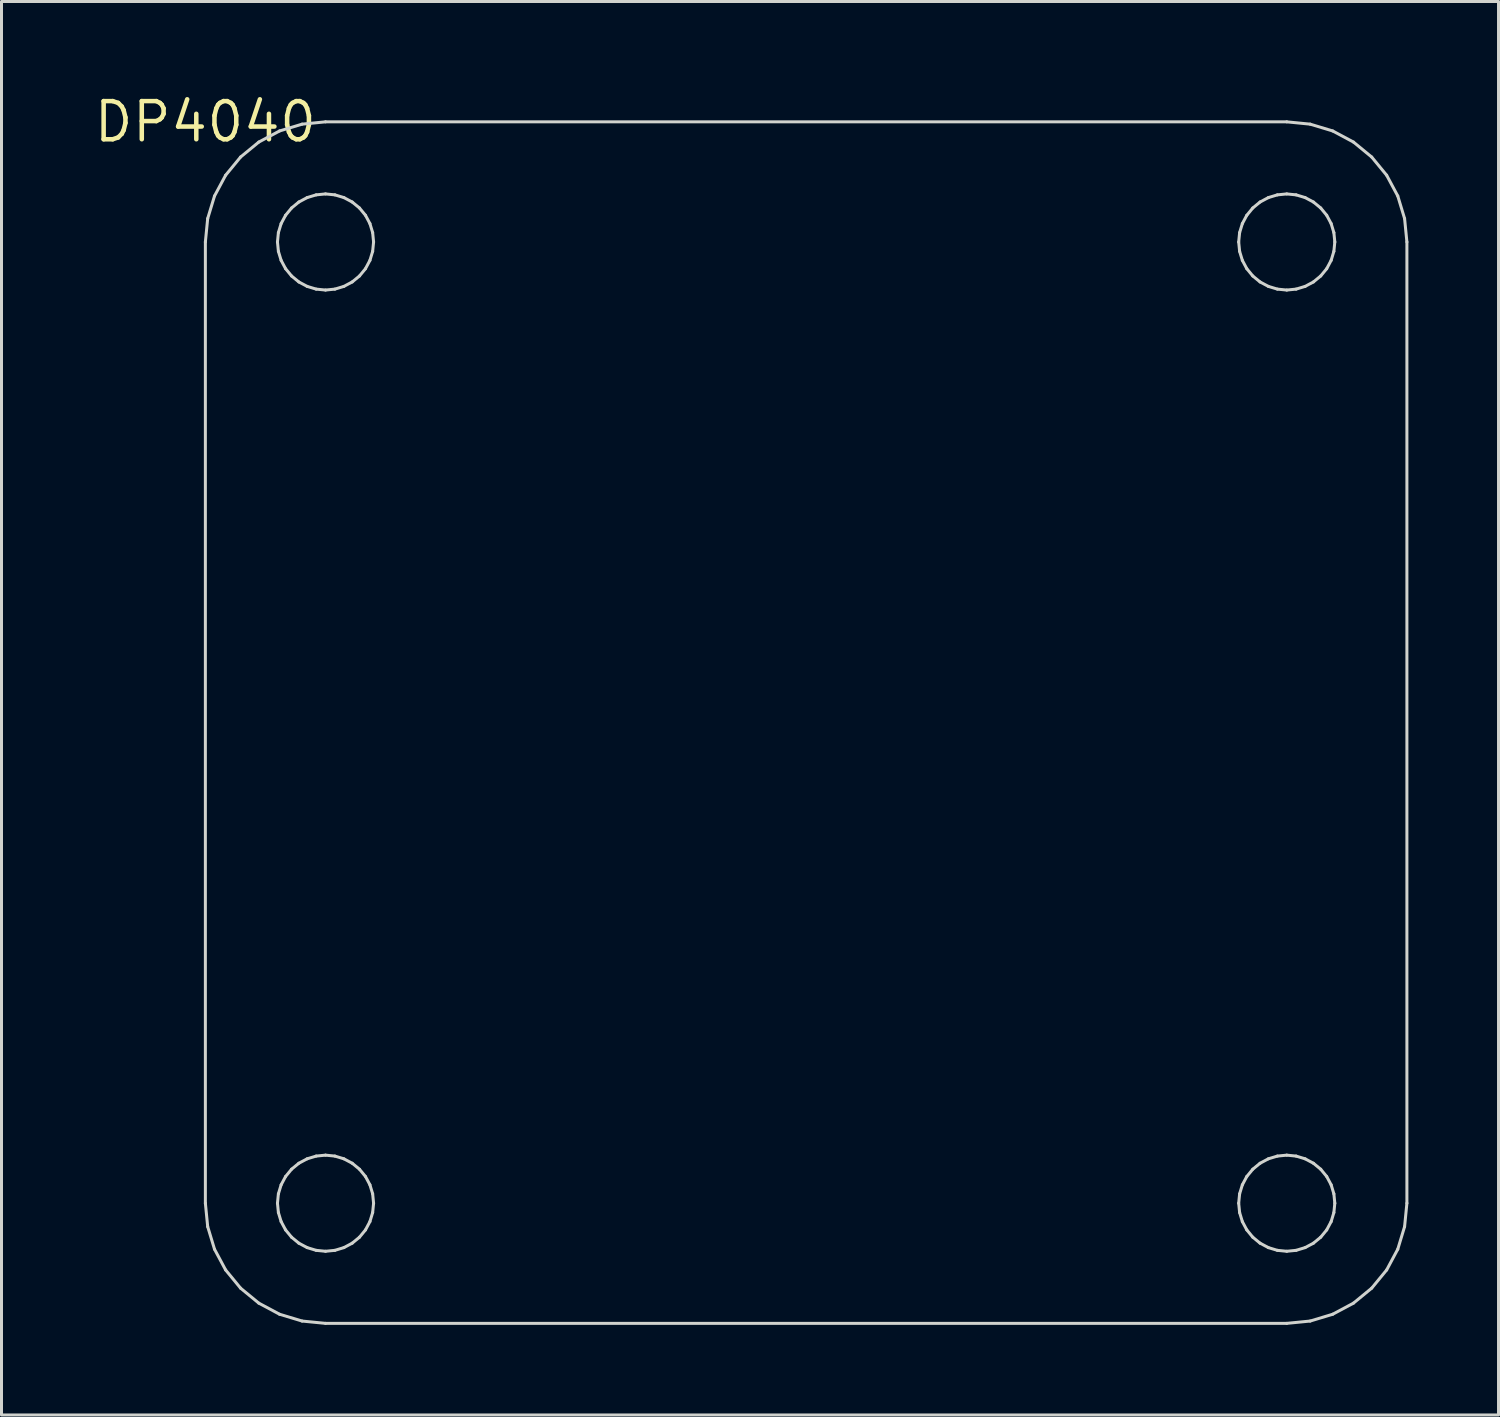
<source format=kicad_pcb>
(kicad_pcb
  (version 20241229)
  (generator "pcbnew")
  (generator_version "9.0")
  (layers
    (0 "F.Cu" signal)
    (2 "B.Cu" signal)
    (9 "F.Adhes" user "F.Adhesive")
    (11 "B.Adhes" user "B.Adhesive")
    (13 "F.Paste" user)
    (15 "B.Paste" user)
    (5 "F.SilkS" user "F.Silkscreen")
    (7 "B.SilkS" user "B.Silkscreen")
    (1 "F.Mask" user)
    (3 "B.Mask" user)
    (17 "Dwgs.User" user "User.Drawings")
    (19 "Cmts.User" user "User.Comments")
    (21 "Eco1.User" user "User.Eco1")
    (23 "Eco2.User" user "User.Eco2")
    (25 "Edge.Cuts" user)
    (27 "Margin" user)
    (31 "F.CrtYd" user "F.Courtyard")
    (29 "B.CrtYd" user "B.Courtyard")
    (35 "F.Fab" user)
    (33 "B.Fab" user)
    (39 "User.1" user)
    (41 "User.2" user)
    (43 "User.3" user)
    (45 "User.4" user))
  (footprint "DP4040"
    (layer "F.Cu")
    (at 3.787 1.006)
    (property "Reference" "DP4040" (at 0 0 0) (layer "F.SilkS") (effects (font (size 1.27 1.27) (thickness 0.15))))
    (attr through_hole)
    (fp_line (start 0 4) (end 0.077 3.22) (stroke (width 0.1) (type solid)) (layer "Edge.Cuts"))
    (fp_line (start 0 36) (end 0 4) (stroke (width 0.1) (type solid)) (layer "Edge.Cuts"))
    (fp_line (start 0.077 3.22) (end 0.304 2.469) (stroke (width 0.1) (type solid)) (layer "Edge.Cuts"))
    (fp_line (start 0.077 36.78) (end 0 36) (stroke (width 0.1) (type solid)) (layer "Edge.Cuts"))
    (fp_line (start 0.304 2.469) (end 0.674 1.778) (stroke (width 0.1) (type solid)) (layer "Edge.Cuts"))
    (fp_line (start 0.304 37.531) (end 0.077 36.78) (stroke (width 0.1) (type solid)) (layer "Edge.Cuts"))
    (fp_line (start 0.674 1.778) (end 1.172 1.172) (stroke (width 0.1) (type solid)) (layer "Edge.Cuts"))
    (fp_line (start 0.674 38.222) (end 0.304 37.531) (stroke (width 0.1) (type solid)) (layer "Edge.Cuts"))
    (fp_line (start 1.172 1.172) (end 1.778 0.674) (stroke (width 0.1) (type solid)) (layer "Edge.Cuts"))
    (fp_line (start 1.172 38.828) (end 0.674 38.222) (stroke (width 0.1) (type solid)) (layer "Edge.Cuts"))
    (fp_line (start 1.778 0.674) (end 2.469 0.304) (stroke (width 0.1) (type solid)) (layer "Edge.Cuts"))
    (fp_line (start 1.778 39.326) (end 1.172 38.828) (stroke (width 0.1) (type solid)) (layer "Edge.Cuts"))
    (fp_line (start 2.4 4) (end 2.431 4.312) (stroke (width 0.1) (type solid)) (layer "Edge.Cuts"))
    (fp_line (start 2.4 36) (end 2.431 36.312) (stroke (width 0.1) (type solid)) (layer "Edge.Cuts"))
    (fp_line (start 2.431 3.688) (end 2.4 4) (stroke (width 0.1) (type solid)) (layer "Edge.Cuts"))
    (fp_line (start 2.431 4.312) (end 2.522 4.612) (stroke (width 0.1) (type solid)) (layer "Edge.Cuts"))
    (fp_line (start 2.431 35.688) (end 2.4 36) (stroke (width 0.1) (type solid)) (layer "Edge.Cuts"))
    (fp_line (start 2.431 36.312) (end 2.522 36.612) (stroke (width 0.1) (type solid)) (layer "Edge.Cuts"))
    (fp_line (start 2.469 0.304) (end 3.22 0.077) (stroke (width 0.1) (type solid)) (layer "Edge.Cuts"))
    (fp_line (start 2.469 39.696) (end 1.778 39.326) (stroke (width 0.1) (type solid)) (layer "Edge.Cuts"))
    (fp_line (start 2.522 3.388) (end 2.431 3.688) (stroke (width 0.1) (type solid)) (layer "Edge.Cuts"))
    (fp_line (start 2.522 4.612) (end 2.67 4.889) (stroke (width 0.1) (type solid)) (layer "Edge.Cuts"))
    (fp_line (start 2.522 35.388) (end 2.431 35.688) (stroke (width 0.1) (type solid)) (layer "Edge.Cuts"))
    (fp_line (start 2.522 36.612) (end 2.67 36.889) (stroke (width 0.1) (type solid)) (layer "Edge.Cuts"))
    (fp_line (start 2.67 3.111) (end 2.522 3.388) (stroke (width 0.1) (type solid)) (layer "Edge.Cuts"))
    (fp_line (start 2.67 4.889) (end 2.869 5.131) (stroke (width 0.1) (type solid)) (layer "Edge.Cuts"))
    (fp_line (start 2.67 35.111) (end 2.522 35.388) (stroke (width 0.1) (type solid)) (layer "Edge.Cuts"))
    (fp_line (start 2.67 36.889) (end 2.869 37.131) (stroke (width 0.1) (type solid)) (layer "Edge.Cuts"))
    (fp_line (start 2.869 2.869) (end 2.67 3.111) (stroke (width 0.1) (type solid)) (layer "Edge.Cuts"))
    (fp_line (start 2.869 5.131) (end 3.111 5.33) (stroke (width 0.1) (type solid)) (layer "Edge.Cuts"))
    (fp_line (start 2.869 34.869) (end 2.67 35.111) (stroke (width 0.1) (type solid)) (layer "Edge.Cuts"))
    (fp_line (start 2.869 37.131) (end 3.111 37.33) (stroke (width 0.1) (type solid)) (layer "Edge.Cuts"))
    (fp_line (start 3.111 2.67) (end 2.869 2.869) (stroke (width 0.1) (type solid)) (layer "Edge.Cuts"))
    (fp_line (start 3.111 5.33) (end 3.388 5.478) (stroke (width 0.1) (type solid)) (layer "Edge.Cuts"))
    (fp_line (start 3.111 34.67) (end 2.869 34.869) (stroke (width 0.1) (type solid)) (layer "Edge.Cuts"))
    (fp_line (start 3.111 37.33) (end 3.388 37.478) (stroke (width 0.1) (type solid)) (layer "Edge.Cuts"))
    (fp_line (start 3.22 0.077) (end 4 0) (stroke (width 0.1) (type solid)) (layer "Edge.Cuts"))
    (fp_line (start 3.22 39.923) (end 2.469 39.696) (stroke (width 0.1) (type solid)) (layer "Edge.Cuts"))
    (fp_line (start 3.388 2.522) (end 3.111 2.67) (stroke (width 0.1) (type solid)) (layer "Edge.Cuts"))
    (fp_line (start 3.388 5.478) (end 3.688 5.569) (stroke (width 0.1) (type solid)) (layer "Edge.Cuts"))
    (fp_line (start 3.388 34.522) (end 3.111 34.67) (stroke (width 0.1) (type solid)) (layer "Edge.Cuts"))
    (fp_line (start 3.388 37.478) (end 3.688 37.569) (stroke (width 0.1) (type solid)) (layer "Edge.Cuts"))
    (fp_line (start 3.688 2.431) (end 3.388 2.522) (stroke (width 0.1) (type solid)) (layer "Edge.Cuts"))
    (fp_line (start 3.688 5.569) (end 4 5.6) (stroke (width 0.1) (type solid)) (layer "Edge.Cuts"))
    (fp_line (start 3.688 34.431) (end 3.388 34.522) (stroke (width 0.1) (type solid)) (layer "Edge.Cuts"))
    (fp_line (start 3.688 37.569) (end 4 37.6) (stroke (width 0.1) (type solid)) (layer "Edge.Cuts"))
    (fp_line (start 4 0) (end 36 0) (stroke (width 0.1) (type solid)) (layer "Edge.Cuts"))
    (fp_line (start 4 2.4) (end 3.688 2.431) (stroke (width 0.1) (type solid)) (layer "Edge.Cuts"))
    (fp_line (start 4 34.4) (end 3.688 34.431) (stroke (width 0.1) (type solid)) (layer "Edge.Cuts"))
    (fp_line (start 4 5.6) (end 4.312 5.569) (stroke (width 0.1) (type solid)) (layer "Edge.Cuts"))
    (fp_line (start 4 37.6) (end 4.312 37.569) (stroke (width 0.1) (type solid)) (layer "Edge.Cuts"))
    (fp_line (start 4 40) (end 3.22 39.923) (stroke (width 0.1) (type solid)) (layer "Edge.Cuts"))
    (fp_line (start 4.312 2.431) (end 4 2.4) (stroke (width 0.1) (type solid)) (layer "Edge.Cuts"))
    (fp_line (start 4.312 5.569) (end 4.612 5.478) (stroke (width 0.1) (type solid)) (layer "Edge.Cuts"))
    (fp_line (start 4.312 34.431) (end 4 34.4) (stroke (width 0.1) (type solid)) (layer "Edge.Cuts"))
    (fp_line (start 4.312 37.569) (end 4.612 37.478) (stroke (width 0.1) (type solid)) (layer "Edge.Cuts"))
    (fp_line (start 4.612 2.522) (end 4.312 2.431) (stroke (width 0.1) (type solid)) (layer "Edge.Cuts"))
    (fp_line (start 4.612 5.478) (end 4.889 5.33) (stroke (width 0.1) (type solid)) (layer "Edge.Cuts"))
    (fp_line (start 4.612 34.522) (end 4.312 34.431) (stroke (width 0.1) (type solid)) (layer "Edge.Cuts"))
    (fp_line (start 4.612 37.478) (end 4.889 37.33) (stroke (width 0.1) (type solid)) (layer "Edge.Cuts"))
    (fp_line (start 4.889 2.67) (end 4.612 2.522) (stroke (width 0.1) (type solid)) (layer "Edge.Cuts"))
    (fp_line (start 4.889 5.33) (end 5.131 5.131) (stroke (width 0.1) (type solid)) (layer "Edge.Cuts"))
    (fp_line (start 4.889 34.67) (end 4.612 34.522) (stroke (width 0.1) (type solid)) (layer "Edge.Cuts"))
    (fp_line (start 4.889 37.33) (end 5.131 37.131) (stroke (width 0.1) (type solid)) (layer "Edge.Cuts"))
    (fp_line (start 5.131 2.869) (end 4.889 2.67) (stroke (width 0.1) (type solid)) (layer "Edge.Cuts"))
    (fp_line (start 5.131 5.131) (end 5.33 4.889) (stroke (width 0.1) (type solid)) (layer "Edge.Cuts"))
    (fp_line (start 5.131 34.869) (end 4.889 34.67) (stroke (width 0.1) (type solid)) (layer "Edge.Cuts"))
    (fp_line (start 5.131 37.131) (end 5.33 36.889) (stroke (width 0.1) (type solid)) (layer "Edge.Cuts"))
    (fp_line (start 5.33 3.111) (end 5.131 2.869) (stroke (width 0.1) (type solid)) (layer "Edge.Cuts"))
    (fp_line (start 5.33 4.889) (end 5.478 4.612) (stroke (width 0.1) (type solid)) (layer "Edge.Cuts"))
    (fp_line (start 5.33 35.111) (end 5.131 34.869) (stroke (width 0.1) (type solid)) (layer "Edge.Cuts"))
    (fp_line (start 5.33 36.889) (end 5.478 36.612) (stroke (width 0.1) (type solid)) (layer "Edge.Cuts"))
    (fp_line (start 5.478 3.388) (end 5.33 3.111) (stroke (width 0.1) (type solid)) (layer "Edge.Cuts"))
    (fp_line (start 5.478 4.612) (end 5.569 4.312) (stroke (width 0.1) (type solid)) (layer "Edge.Cuts"))
    (fp_line (start 5.478 35.388) (end 5.33 35.111) (stroke (width 0.1) (type solid)) (layer "Edge.Cuts"))
    (fp_line (start 5.478 36.612) (end 5.569 36.312) (stroke (width 0.1) (type solid)) (layer "Edge.Cuts"))
    (fp_line (start 5.569 3.688) (end 5.478 3.388) (stroke (width 0.1) (type solid)) (layer "Edge.Cuts"))
    (fp_line (start 5.569 4.312) (end 5.6 4) (stroke (width 0.1) (type solid)) (layer "Edge.Cuts"))
    (fp_line (start 5.569 35.688) (end 5.478 35.388) (stroke (width 0.1) (type solid)) (layer "Edge.Cuts"))
    (fp_line (start 5.569 36.312) (end 5.6 36) (stroke (width 0.1) (type solid)) (layer "Edge.Cuts"))
    (fp_line (start 5.6 4) (end 5.569 3.688) (stroke (width 0.1) (type solid)) (layer "Edge.Cuts"))
    (fp_line (start 5.6 36) (end 5.569 35.688) (stroke (width 0.1) (type solid)) (layer "Edge.Cuts"))
    (fp_line (start 34.4 4) (end 34.431 4.312) (stroke (width 0.1) (type solid)) (layer "Edge.Cuts"))
    (fp_line (start 34.4 36) (end 34.431 36.312) (stroke (width 0.1) (type solid)) (layer "Edge.Cuts"))
    (fp_line (start 34.431 3.688) (end 34.4 4) (stroke (width 0.1) (type solid)) (layer "Edge.Cuts"))
    (fp_line (start 34.431 4.312) (end 34.522 4.612) (stroke (width 0.1) (type solid)) (layer "Edge.Cuts"))
    (fp_line (start 34.431 35.688) (end 34.4 36) (stroke (width 0.1) (type solid)) (layer "Edge.Cuts"))
    (fp_line (start 34.431 36.312) (end 34.522 36.612) (stroke (width 0.1) (type solid)) (layer "Edge.Cuts"))
    (fp_line (start 34.522 3.388) (end 34.431 3.688) (stroke (width 0.1) (type solid)) (layer "Edge.Cuts"))
    (fp_line (start 34.522 4.612) (end 34.67 4.889) (stroke (width 0.1) (type solid)) (layer "Edge.Cuts"))
    (fp_line (start 34.522 35.388) (end 34.431 35.688) (stroke (width 0.1) (type solid)) (layer "Edge.Cuts"))
    (fp_line (start 34.522 36.612) (end 34.67 36.889) (stroke (width 0.1) (type solid)) (layer "Edge.Cuts"))
    (fp_line (start 34.67 3.111) (end 34.522 3.388) (stroke (width 0.1) (type solid)) (layer "Edge.Cuts"))
    (fp_line (start 34.67 4.889) (end 34.869 5.131) (stroke (width 0.1) (type solid)) (layer "Edge.Cuts"))
    (fp_line (start 34.67 35.111) (end 34.522 35.388) (stroke (width 0.1) (type solid)) (layer "Edge.Cuts"))
    (fp_line (start 34.67 36.889) (end 34.869 37.131) (stroke (width 0.1) (type solid)) (layer "Edge.Cuts"))
    (fp_line (start 34.869 2.869) (end 34.67 3.111) (stroke (width 0.1) (type solid)) (layer "Edge.Cuts"))
    (fp_line (start 34.869 5.131) (end 35.111 5.33) (stroke (width 0.1) (type solid)) (layer "Edge.Cuts"))
    (fp_line (start 34.869 34.869) (end 34.67 35.111) (stroke (width 0.1) (type solid)) (layer "Edge.Cuts"))
    (fp_line (start 34.869 37.131) (end 35.111 37.33) (stroke (width 0.1) (type solid)) (layer "Edge.Cuts"))
    (fp_line (start 35.111 2.67) (end 34.869 2.869) (stroke (width 0.1) (type solid)) (layer "Edge.Cuts"))
    (fp_line (start 35.111 5.33) (end 35.388 5.478) (stroke (width 0.1) (type solid)) (layer "Edge.Cuts"))
    (fp_line (start 35.111 34.67) (end 34.869 34.869) (stroke (width 0.1) (type solid)) (layer "Edge.Cuts"))
    (fp_line (start 35.111 37.33) (end 35.388 37.478) (stroke (width 0.1) (type solid)) (layer "Edge.Cuts"))
    (fp_line (start 35.388 2.522) (end 35.111 2.67) (stroke (width 0.1) (type solid)) (layer "Edge.Cuts"))
    (fp_line (start 35.388 5.478) (end 35.688 5.569) (stroke (width 0.1) (type solid)) (layer "Edge.Cuts"))
    (fp_line (start 35.388 34.522) (end 35.111 34.67) (stroke (width 0.1) (type solid)) (layer "Edge.Cuts"))
    (fp_line (start 35.388 37.478) (end 35.688 37.569) (stroke (width 0.1) (type solid)) (layer "Edge.Cuts"))
    (fp_line (start 35.688 2.431) (end 35.388 2.522) (stroke (width 0.1) (type solid)) (layer "Edge.Cuts"))
    (fp_line (start 35.688 5.569) (end 36 5.6) (stroke (width 0.1) (type solid)) (layer "Edge.Cuts"))
    (fp_line (start 35.688 34.431) (end 35.388 34.522) (stroke (width 0.1) (type solid)) (layer "Edge.Cuts"))
    (fp_line (start 35.688 37.569) (end 36 37.6) (stroke (width 0.1) (type solid)) (layer "Edge.Cuts"))
    (fp_line (start 36 0) (end 36.78 0.077) (stroke (width 0.1) (type solid)) (layer "Edge.Cuts"))
    (fp_line (start 36 2.4) (end 35.688 2.431) (stroke (width 0.1) (type solid)) (layer "Edge.Cuts"))
    (fp_line (start 36 5.6) (end 36.312 5.569) (stroke (width 0.1) (type solid)) (layer "Edge.Cuts"))
    (fp_line (start 36 34.4) (end 35.688 34.431) (stroke (width 0.1) (type solid)) (layer "Edge.Cuts"))
    (fp_line (start 36 37.6) (end 36.312 37.569) (stroke (width 0.1) (type solid)) (layer "Edge.Cuts"))
    (fp_line (start 36 40) (end 4 40) (stroke (width 0.1) (type solid)) (layer "Edge.Cuts"))
    (fp_line (start 36.312 2.431) (end 36 2.4) (stroke (width 0.1) (type solid)) (layer "Edge.Cuts"))
    (fp_line (start 36.312 5.569) (end 36.612 5.478) (stroke (width 0.1) (type solid)) (layer "Edge.Cuts"))
    (fp_line (start 36.312 34.431) (end 36 34.4) (stroke (width 0.1) (type solid)) (layer "Edge.Cuts"))
    (fp_line (start 36.312 37.569) (end 36.612 37.478) (stroke (width 0.1) (type solid)) (layer "Edge.Cuts"))
    (fp_line (start 36.612 2.522) (end 36.312 2.431) (stroke (width 0.1) (type solid)) (layer "Edge.Cuts"))
    (fp_line (start 36.612 5.478) (end 36.889 5.33) (stroke (width 0.1) (type solid)) (layer "Edge.Cuts"))
    (fp_line (start 36.612 34.522) (end 36.312 34.431) (stroke (width 0.1) (type solid)) (layer "Edge.Cuts"))
    (fp_line (start 36.612 37.478) (end 36.889 37.33) (stroke (width 0.1) (type solid)) (layer "Edge.Cuts"))
    (fp_line (start 36.78 0.077) (end 37.531 0.304) (stroke (width 0.1) (type solid)) (layer "Edge.Cuts"))
    (fp_line (start 36.78 39.923) (end 36 40) (stroke (width 0.1) (type solid)) (layer "Edge.Cuts"))
    (fp_line (start 36.889 2.67) (end 36.612 2.522) (stroke (width 0.1) (type solid)) (layer "Edge.Cuts"))
    (fp_line (start 36.889 5.33) (end 37.131 5.131) (stroke (width 0.1) (type solid)) (layer "Edge.Cuts"))
    (fp_line (start 36.889 34.67) (end 36.612 34.522) (stroke (width 0.1) (type solid)) (layer "Edge.Cuts"))
    (fp_line (start 36.889 37.33) (end 37.131 37.131) (stroke (width 0.1) (type solid)) (layer "Edge.Cuts"))
    (fp_line (start 37.131 2.869) (end 36.889 2.67) (stroke (width 0.1) (type solid)) (layer "Edge.Cuts"))
    (fp_line (start 37.131 5.131) (end 37.33 4.889) (stroke (width 0.1) (type solid)) (layer "Edge.Cuts"))
    (fp_line (start 37.131 34.869) (end 36.889 34.67) (stroke (width 0.1) (type solid)) (layer "Edge.Cuts"))
    (fp_line (start 37.131 37.131) (end 37.33 36.889) (stroke (width 0.1) (type solid)) (layer "Edge.Cuts"))
    (fp_line (start 37.33 3.111) (end 37.131 2.869) (stroke (width 0.1) (type solid)) (layer "Edge.Cuts"))
    (fp_line (start 37.33 4.889) (end 37.478 4.612) (stroke (width 0.1) (type solid)) (layer "Edge.Cuts"))
    (fp_line (start 37.33 35.111) (end 37.131 34.869) (stroke (width 0.1) (type solid)) (layer "Edge.Cuts"))
    (fp_line (start 37.33 36.889) (end 37.478 36.612) (stroke (width 0.1) (type solid)) (layer "Edge.Cuts"))
    (fp_line (start 37.478 3.388) (end 37.33 3.111) (stroke (width 0.1) (type solid)) (layer "Edge.Cuts"))
    (fp_line (start 37.478 4.612) (end 37.569 4.312) (stroke (width 0.1) (type solid)) (layer "Edge.Cuts"))
    (fp_line (start 37.478 35.388) (end 37.33 35.111) (stroke (width 0.1) (type solid)) (layer "Edge.Cuts"))
    (fp_line (start 37.478 36.612) (end 37.569 36.312) (stroke (width 0.1) (type solid)) (layer "Edge.Cuts"))
    (fp_line (start 37.531 0.304) (end 38.222 0.674) (stroke (width 0.1) (type solid)) (layer "Edge.Cuts"))
    (fp_line (start 37.531 39.696) (end 36.78 39.923) (stroke (width 0.1) (type solid)) (layer "Edge.Cuts"))
    (fp_line (start 37.569 3.688) (end 37.478 3.388) (stroke (width 0.1) (type solid)) (layer "Edge.Cuts"))
    (fp_line (start 37.569 4.312) (end 37.6 4) (stroke (width 0.1) (type solid)) (layer "Edge.Cuts"))
    (fp_line (start 37.569 35.688) (end 37.478 35.388) (stroke (width 0.1) (type solid)) (layer "Edge.Cuts"))
    (fp_line (start 37.569 36.312) (end 37.6 36) (stroke (width 0.1) (type solid)) (layer "Edge.Cuts"))
    (fp_line (start 37.6 4) (end 37.569 3.688) (stroke (width 0.1) (type solid)) (layer "Edge.Cuts"))
    (fp_line (start 37.6 36) (end 37.569 35.688) (stroke (width 0.1) (type solid)) (layer "Edge.Cuts"))
    (fp_line (start 38.222 0.674) (end 38.828 1.172) (stroke (width 0.1) (type solid)) (layer "Edge.Cuts"))
    (fp_line (start 38.222 39.326) (end 37.531 39.696) (stroke (width 0.1) (type solid)) (layer "Edge.Cuts"))
    (fp_line (start 38.828 1.172) (end 39.326 1.778) (stroke (width 0.1) (type solid)) (layer "Edge.Cuts"))
    (fp_line (start 38.828 38.828) (end 38.222 39.326) (stroke (width 0.1) (type solid)) (layer "Edge.Cuts"))
    (fp_line (start 39.326 1.778) (end 39.696 2.469) (stroke (width 0.1) (type solid)) (layer "Edge.Cuts"))
    (fp_line (start 39.326 38.222) (end 38.828 38.828) (stroke (width 0.1) (type solid)) (layer "Edge.Cuts"))
    (fp_line (start 39.696 2.469) (end 39.923 3.22) (stroke (width 0.1) (type solid)) (layer "Edge.Cuts"))
    (fp_line (start 39.696 37.531) (end 39.326 38.222) (stroke (width 0.1) (type solid)) (layer "Edge.Cuts"))
    (fp_line (start 39.923 3.22) (end 40 4) (stroke (width 0.1) (type solid)) (layer "Edge.Cuts"))
    (fp_line (start 39.923 36.78) (end 39.696 37.531) (stroke (width 0.1) (type solid)) (layer "Edge.Cuts"))
    (fp_line (start 40 4) (end 40 36) (stroke (width 0.1) (type solid)) (layer "Edge.Cuts"))
    (fp_line (start 40 36) (end 39.923 36.78) (stroke (width 0.1) (type solid)) (layer "Edge.Cuts")))
  (gr_rect
    (start -3 -3)
    (end 46.837 44.056)
    (stroke (width 0.1) (type default))
    (fill no)
    (layer "Edge.Cuts")))
</source>
